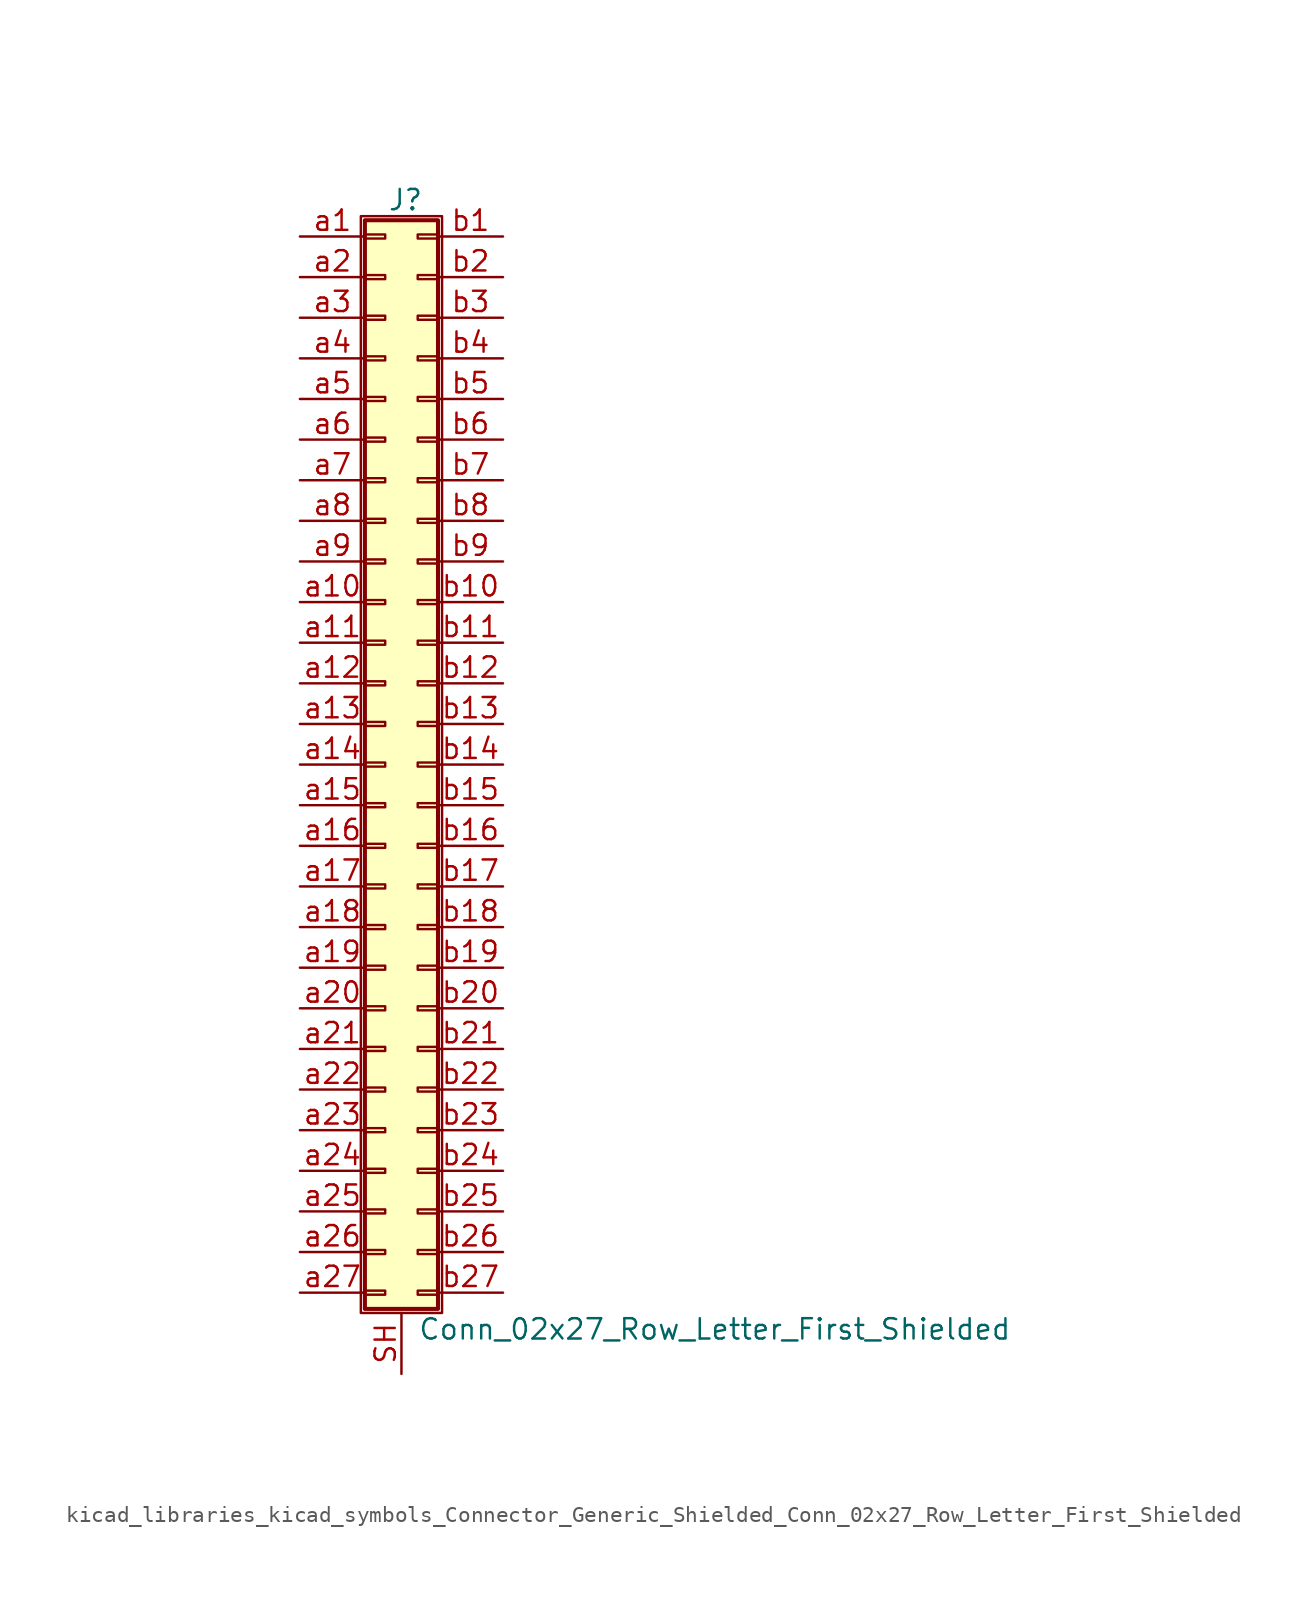
<source format=kicad_sym>
(kicad_symbol_lib
  (version 20220914)
  (generator kicad_symbol_editor)
  (symbol "kicad_libraries_kicad_symbols_Connector_Generic_Shielded_Conn_02x27_Row_Letter_First_Shielded"
    (pin_names
      (offset 1.016) hide)
    (property "Reference" "J"
      (at 1.524 35.306 0)
      (effects (font (size 1.27 1.27))))
    (property "Value" "Conn_02x27_Row_Letter_First_Shielded"
      (at 2.286 -35.306 0)
      (effects (font (size 1.27 1.27)) (justify left)))
    (symbol "kicad_libraries_kicad_symbols_Connector_Generic_Shielded_Conn_02x27_Row_Letter_First_Shielded_1_1"
      (rectangle (start -1.27 34.29) (end 3.81 -34.29) (stroke (width 0.152) (type default)) (fill (type none)))
      (rectangle (start -1.016 -32.893) (end 0.254 -33.147) (stroke (width 0.152) (type default)) (fill (type none)))
      (rectangle (start -1.016 -30.353) (end 0.254 -30.607) (stroke (width 0.152) (type default)) (fill (type none)))
      (rectangle (start -1.016 -27.813) (end 0.254 -28.067) (stroke (width 0.152) (type default)) (fill (type none)))
      (rectangle (start -1.016 -25.273) (end 0.254 -25.527) (stroke (width 0.152) (type default)) (fill (type none)))
      (rectangle (start -1.016 -22.733) (end 0.254 -22.987) (stroke (width 0.152) (type default)) (fill (type none)))
      (rectangle (start -1.016 -20.193) (end 0.254 -20.447) (stroke (width 0.152) (type default)) (fill (type none)))
      (rectangle (start -1.016 -17.653) (end 0.254 -17.907) (stroke (width 0.152) (type default)) (fill (type none)))
      (rectangle (start -1.016 -15.113) (end 0.254 -15.367) (stroke (width 0.152) (type default)) (fill (type none)))
      (rectangle (start -1.016 -12.573) (end 0.254 -12.827) (stroke (width 0.152) (type default)) (fill (type none)))
      (rectangle (start -1.016 -10.033) (end 0.254 -10.287) (stroke (width 0.152) (type default)) (fill (type none)))
      (rectangle (start -1.016 -7.493) (end 0.254 -7.747) (stroke (width 0.152) (type default)) (fill (type none)))
      (rectangle (start -1.016 -4.953) (end 0.254 -5.207) (stroke (width 0.152) (type default)) (fill (type none)))
      (rectangle (start -1.016 -2.413) (end 0.254 -2.667) (stroke (width 0.152) (type default)) (fill (type none)))
      (rectangle (start -1.016 0.127) (end 0.254 -0.127) (stroke (width 0.152) (type default)) (fill (type none)))
      (rectangle (start -1.016 2.667) (end 0.254 2.413) (stroke (width 0.152) (type default)) (fill (type none)))
      (rectangle (start -1.016 5.207) (end 0.254 4.953) (stroke (width 0.152) (type default)) (fill (type none)))
      (rectangle (start -1.016 7.747) (end 0.254 7.493) (stroke (width 0.152) (type default)) (fill (type none)))
      (rectangle (start -1.016 10.287) (end 0.254 10.033) (stroke (width 0.152) (type default)) (fill (type none)))
      (rectangle (start -1.016 12.827) (end 0.254 12.573) (stroke (width 0.152) (type default)) (fill (type none)))
      (rectangle (start -1.016 15.367) (end 0.254 15.113) (stroke (width 0.152) (type default)) (fill (type none)))
      (rectangle (start -1.016 17.907) (end 0.254 17.653) (stroke (width 0.152) (type default)) (fill (type none)))
      (rectangle (start -1.016 20.447) (end 0.254 20.193) (stroke (width 0.152) (type default)) (fill (type none)))
      (rectangle (start -1.016 22.987) (end 0.254 22.733) (stroke (width 0.152) (type default)) (fill (type none)))
      (rectangle (start -1.016 25.527) (end 0.254 25.273) (stroke (width 0.152) (type default)) (fill (type none)))
      (rectangle (start -1.016 28.067) (end 0.254 27.813) (stroke (width 0.152) (type default)) (fill (type none)))
      (rectangle (start -1.016 30.607) (end 0.254 30.353) (stroke (width 0.152) (type default)) (fill (type none)))
      (rectangle (start -1.016 33.147) (end 0.254 32.893) (stroke (width 0.152) (type default)) (fill (type none)))
      (rectangle (start -1.016 34.036) (end 3.556 -34.036) (stroke (width 0.254) (type default)) (fill (type background)))
      (rectangle (start 3.556 -32.893) (end 2.286 -33.147) (stroke (width 0.152) (type default)) (fill (type none)))
      (rectangle (start 3.556 -30.353) (end 2.286 -30.607) (stroke (width 0.152) (type default)) (fill (type none)))
      (rectangle (start 3.556 -27.813) (end 2.286 -28.067) (stroke (width 0.152) (type default)) (fill (type none)))
      (rectangle (start 3.556 -25.273) (end 2.286 -25.527) (stroke (width 0.152) (type default)) (fill (type none)))
      (rectangle (start 3.556 -22.733) (end 2.286 -22.987) (stroke (width 0.152) (type default)) (fill (type none)))
      (rectangle (start 3.556 -20.193) (end 2.286 -20.447) (stroke (width 0.152) (type default)) (fill (type none)))
      (rectangle (start 3.556 -17.653) (end 2.286 -17.907) (stroke (width 0.152) (type default)) (fill (type none)))
      (rectangle (start 3.556 -15.113) (end 2.286 -15.367) (stroke (width 0.152) (type default)) (fill (type none)))
      (rectangle (start 3.556 -12.573) (end 2.286 -12.827) (stroke (width 0.152) (type default)) (fill (type none)))
      (rectangle (start 3.556 -10.033) (end 2.286 -10.287) (stroke (width 0.152) (type default)) (fill (type none)))
      (rectangle (start 3.556 -7.493) (end 2.286 -7.747) (stroke (width 0.152) (type default)) (fill (type none)))
      (rectangle (start 3.556 -4.953) (end 2.286 -5.207) (stroke (width 0.152) (type default)) (fill (type none)))
      (rectangle (start 3.556 -2.413) (end 2.286 -2.667) (stroke (width 0.152) (type default)) (fill (type none)))
      (rectangle (start 3.556 0.127) (end 2.286 -0.127) (stroke (width 0.152) (type default)) (fill (type none)))
      (rectangle (start 3.556 2.667) (end 2.286 2.413) (stroke (width 0.152) (type default)) (fill (type none)))
      (rectangle (start 3.556 5.207) (end 2.286 4.953) (stroke (width 0.152) (type default)) (fill (type none)))
      (rectangle (start 3.556 7.747) (end 2.286 7.493) (stroke (width 0.152) (type default)) (fill (type none)))
      (rectangle (start 3.556 10.287) (end 2.286 10.033) (stroke (width 0.152) (type default)) (fill (type none)))
      (rectangle (start 3.556 12.827) (end 2.286 12.573) (stroke (width 0.152) (type default)) (fill (type none)))
      (rectangle (start 3.556 15.367) (end 2.286 15.113) (stroke (width 0.152) (type default)) (fill (type none)))
      (rectangle (start 3.556 17.907) (end 2.286 17.653) (stroke (width 0.152) (type default)) (fill (type none)))
      (rectangle (start 3.556 20.447) (end 2.286 20.193) (stroke (width 0.152) (type default)) (fill (type none)))
      (rectangle (start 3.556 22.987) (end 2.286 22.733) (stroke (width 0.152) (type default)) (fill (type none)))
      (rectangle (start 3.556 25.527) (end 2.286 25.273) (stroke (width 0.152) (type default)) (fill (type none)))
      (rectangle (start 3.556 28.067) (end 2.286 27.813) (stroke (width 0.152) (type default)) (fill (type none)))
      (rectangle (start 3.556 30.607) (end 2.286 30.353) (stroke (width 0.152) (type default)) (fill (type none)))
      (rectangle (start 3.556 33.147) (end 2.286 32.893) (stroke (width 0.152) (type default)) (fill (type none)))
      (pin passive line (at 1.27 -38.1 90) (length 3.81) (name "Shield" (effects (font (size 1.27 1.27)))) (number "SH" (effects (font (size 1.27 1.27)))))
      (pin passive line (at -5.08 33.02 0) (length 4.064) (name "Pin_a1" (effects (font (size 1.27 1.27)))) (number "a1" (effects (font (size 1.27 1.27)))))
      (pin passive line (at -5.08 10.16 0) (length 4.064) (name "Pin_a10" (effects (font (size 1.27 1.27)))) (number "a10" (effects (font (size 1.27 1.27)))))
      (pin passive line (at -5.08 7.62 0) (length 4.064) (name "Pin_a11" (effects (font (size 1.27 1.27)))) (number "a11" (effects (font (size 1.27 1.27)))))
      (pin passive line (at -5.08 5.08 0) (length 4.064) (name "Pin_a12" (effects (font (size 1.27 1.27)))) (number "a12" (effects (font (size 1.27 1.27)))))
      (pin passive line (at -5.08 2.54 0) (length 4.064) (name "Pin_a13" (effects (font (size 1.27 1.27)))) (number "a13" (effects (font (size 1.27 1.27)))))
      (pin passive line (at -5.08 0 0) (length 4.064) (name "Pin_a14" (effects (font (size 1.27 1.27)))) (number "a14" (effects (font (size 1.27 1.27)))))
      (pin passive line (at -5.08 -2.54 0) (length 4.064) (name "Pin_a15" (effects (font (size 1.27 1.27)))) (number "a15" (effects (font (size 1.27 1.27)))))
      (pin passive line (at -5.08 -5.08 0) (length 4.064) (name "Pin_a16" (effects (font (size 1.27 1.27)))) (number "a16" (effects (font (size 1.27 1.27)))))
      (pin passive line (at -5.08 -7.62 0) (length 4.064) (name "Pin_a17" (effects (font (size 1.27 1.27)))) (number "a17" (effects (font (size 1.27 1.27)))))
      (pin passive line (at -5.08 -10.16 0) (length 4.064) (name "Pin_a18" (effects (font (size 1.27 1.27)))) (number "a18" (effects (font (size 1.27 1.27)))))
      (pin passive line (at -5.08 -12.7 0) (length 4.064) (name "Pin_a19" (effects (font (size 1.27 1.27)))) (number "a19" (effects (font (size 1.27 1.27)))))
      (pin passive line (at -5.08 30.48 0) (length 4.064) (name "Pin_a2" (effects (font (size 1.27 1.27)))) (number "a2" (effects (font (size 1.27 1.27)))))
      (pin passive line (at -5.08 -15.24 0) (length 4.064) (name "Pin_a20" (effects (font (size 1.27 1.27)))) (number "a20" (effects (font (size 1.27 1.27)))))
      (pin passive line (at -5.08 -17.78 0) (length 4.064) (name "Pin_a21" (effects (font (size 1.27 1.27)))) (number "a21" (effects (font (size 1.27 1.27)))))
      (pin passive line (at -5.08 -20.32 0) (length 4.064) (name "Pin_a22" (effects (font (size 1.27 1.27)))) (number "a22" (effects (font (size 1.27 1.27)))))
      (pin passive line (at -5.08 -22.86 0) (length 4.064) (name "Pin_a23" (effects (font (size 1.27 1.27)))) (number "a23" (effects (font (size 1.27 1.27)))))
      (pin passive line (at -5.08 -25.4 0) (length 4.064) (name "Pin_a24" (effects (font (size 1.27 1.27)))) (number "a24" (effects (font (size 1.27 1.27)))))
      (pin passive line (at -5.08 -27.94 0) (length 4.064) (name "Pin_a25" (effects (font (size 1.27 1.27)))) (number "a25" (effects (font (size 1.27 1.27)))))
      (pin passive line (at -5.08 -30.48 0) (length 4.064) (name "Pin_a26" (effects (font (size 1.27 1.27)))) (number "a26" (effects (font (size 1.27 1.27)))))
      (pin passive line (at -5.08 -33.02 0) (length 4.064) (name "Pin_a27" (effects (font (size 1.27 1.27)))) (number "a27" (effects (font (size 1.27 1.27)))))
      (pin passive line (at -5.08 27.94 0) (length 4.064) (name "Pin_a3" (effects (font (size 1.27 1.27)))) (number "a3" (effects (font (size 1.27 1.27)))))
      (pin passive line (at -5.08 25.4 0) (length 4.064) (name "Pin_a4" (effects (font (size 1.27 1.27)))) (number "a4" (effects (font (size 1.27 1.27)))))
      (pin passive line (at -5.08 22.86 0) (length 4.064) (name "Pin_a5" (effects (font (size 1.27 1.27)))) (number "a5" (effects (font (size 1.27 1.27)))))
      (pin passive line (at -5.08 20.32 0) (length 4.064) (name "Pin_a6" (effects (font (size 1.27 1.27)))) (number "a6" (effects (font (size 1.27 1.27)))))
      (pin passive line (at -5.08 17.78 0) (length 4.064) (name "Pin_a7" (effects (font (size 1.27 1.27)))) (number "a7" (effects (font (size 1.27 1.27)))))
      (pin passive line (at -5.08 15.24 0) (length 4.064) (name "Pin_a8" (effects (font (size 1.27 1.27)))) (number "a8" (effects (font (size 1.27 1.27)))))
      (pin passive line (at -5.08 12.7 0) (length 4.064) (name "Pin_a9" (effects (font (size 1.27 1.27)))) (number "a9" (effects (font (size 1.27 1.27)))))
      (pin passive line (at 7.62 33.02 180) (length 4.064) (name "Pin_b1" (effects (font (size 1.27 1.27)))) (number "b1" (effects (font (size 1.27 1.27)))))
      (pin passive line (at 7.62 10.16 180) (length 4.064) (name "Pin_b10" (effects (font (size 1.27 1.27)))) (number "b10" (effects (font (size 1.27 1.27)))))
      (pin passive line (at 7.62 7.62 180) (length 4.064) (name "Pin_b11" (effects (font (size 1.27 1.27)))) (number "b11" (effects (font (size 1.27 1.27)))))
      (pin passive line (at 7.62 5.08 180) (length 4.064) (name "Pin_b12" (effects (font (size 1.27 1.27)))) (number "b12" (effects (font (size 1.27 1.27)))))
      (pin passive line (at 7.62 2.54 180) (length 4.064) (name "Pin_b13" (effects (font (size 1.27 1.27)))) (number "b13" (effects (font (size 1.27 1.27)))))
      (pin passive line (at 7.62 0 180) (length 4.064) (name "Pin_b14" (effects (font (size 1.27 1.27)))) (number "b14" (effects (font (size 1.27 1.27)))))
      (pin passive line (at 7.62 -2.54 180) (length 4.064) (name "Pin_b15" (effects (font (size 1.27 1.27)))) (number "b15" (effects (font (size 1.27 1.27)))))
      (pin passive line (at 7.62 -5.08 180) (length 4.064) (name "Pin_b16" (effects (font (size 1.27 1.27)))) (number "b16" (effects (font (size 1.27 1.27)))))
      (pin passive line (at 7.62 -7.62 180) (length 4.064) (name "Pin_b17" (effects (font (size 1.27 1.27)))) (number "b17" (effects (font (size 1.27 1.27)))))
      (pin passive line (at 7.62 -10.16 180) (length 4.064) (name "Pin_b18" (effects (font (size 1.27 1.27)))) (number "b18" (effects (font (size 1.27 1.27)))))
      (pin passive line (at 7.62 -12.7 180) (length 4.064) (name "Pin_b19" (effects (font (size 1.27 1.27)))) (number "b19" (effects (font (size 1.27 1.27)))))
      (pin passive line (at 7.62 30.48 180) (length 4.064) (name "Pin_b2" (effects (font (size 1.27 1.27)))) (number "b2" (effects (font (size 1.27 1.27)))))
      (pin passive line (at 7.62 -15.24 180) (length 4.064) (name "Pin_b20" (effects (font (size 1.27 1.27)))) (number "b20" (effects (font (size 1.27 1.27)))))
      (pin passive line (at 7.62 -17.78 180) (length 4.064) (name "Pin_b21" (effects (font (size 1.27 1.27)))) (number "b21" (effects (font (size 1.27 1.27)))))
      (pin passive line (at 7.62 -20.32 180) (length 4.064) (name "Pin_b22" (effects (font (size 1.27 1.27)))) (number "b22" (effects (font (size 1.27 1.27)))))
      (pin passive line (at 7.62 -22.86 180) (length 4.064) (name "Pin_b23" (effects (font (size 1.27 1.27)))) (number "b23" (effects (font (size 1.27 1.27)))))
      (pin passive line (at 7.62 -25.4 180) (length 4.064) (name "Pin_b24" (effects (font (size 1.27 1.27)))) (number "b24" (effects (font (size 1.27 1.27)))))
      (pin passive line (at 7.62 -27.94 180) (length 4.064) (name "Pin_b25" (effects (font (size 1.27 1.27)))) (number "b25" (effects (font (size 1.27 1.27)))))
      (pin passive line (at 7.62 -30.48 180) (length 4.064) (name "Pin_b26" (effects (font (size 1.27 1.27)))) (number "b26" (effects (font (size 1.27 1.27)))))
      (pin passive line (at 7.62 -33.02 180) (length 4.064) (name "Pin_b27" (effects (font (size 1.27 1.27)))) (number "b27" (effects (font (size 1.27 1.27)))))
      (pin passive line (at 7.62 27.94 180) (length 4.064) (name "Pin_b3" (effects (font (size 1.27 1.27)))) (number "b3" (effects (font (size 1.27 1.27)))))
      (pin passive line (at 7.62 25.4 180) (length 4.064) (name "Pin_b4" (effects (font (size 1.27 1.27)))) (number "b4" (effects (font (size 1.27 1.27)))))
      (pin passive line (at 7.62 22.86 180) (length 4.064) (name "Pin_b5" (effects (font (size 1.27 1.27)))) (number "b5" (effects (font (size 1.27 1.27)))))
      (pin passive line (at 7.62 20.32 180) (length 4.064) (name "Pin_b6" (effects (font (size 1.27 1.27)))) (number "b6" (effects (font (size 1.27 1.27)))))
      (pin passive line (at 7.62 17.78 180) (length 4.064) (name "Pin_b7" (effects (font (size 1.27 1.27)))) (number "b7" (effects (font (size 1.27 1.27)))))
      (pin passive line (at 7.62 15.24 180) (length 4.064) (name "Pin_b8" (effects (font (size 1.27 1.27)))) (number "b8" (effects (font (size 1.27 1.27)))))
      (pin passive line (at 7.62 12.7 180) (length 4.064) (name "Pin_b9" (effects (font (size 1.27 1.27)))) (number "b9" (effects (font (size 1.27 1.27))))))))
</source>
